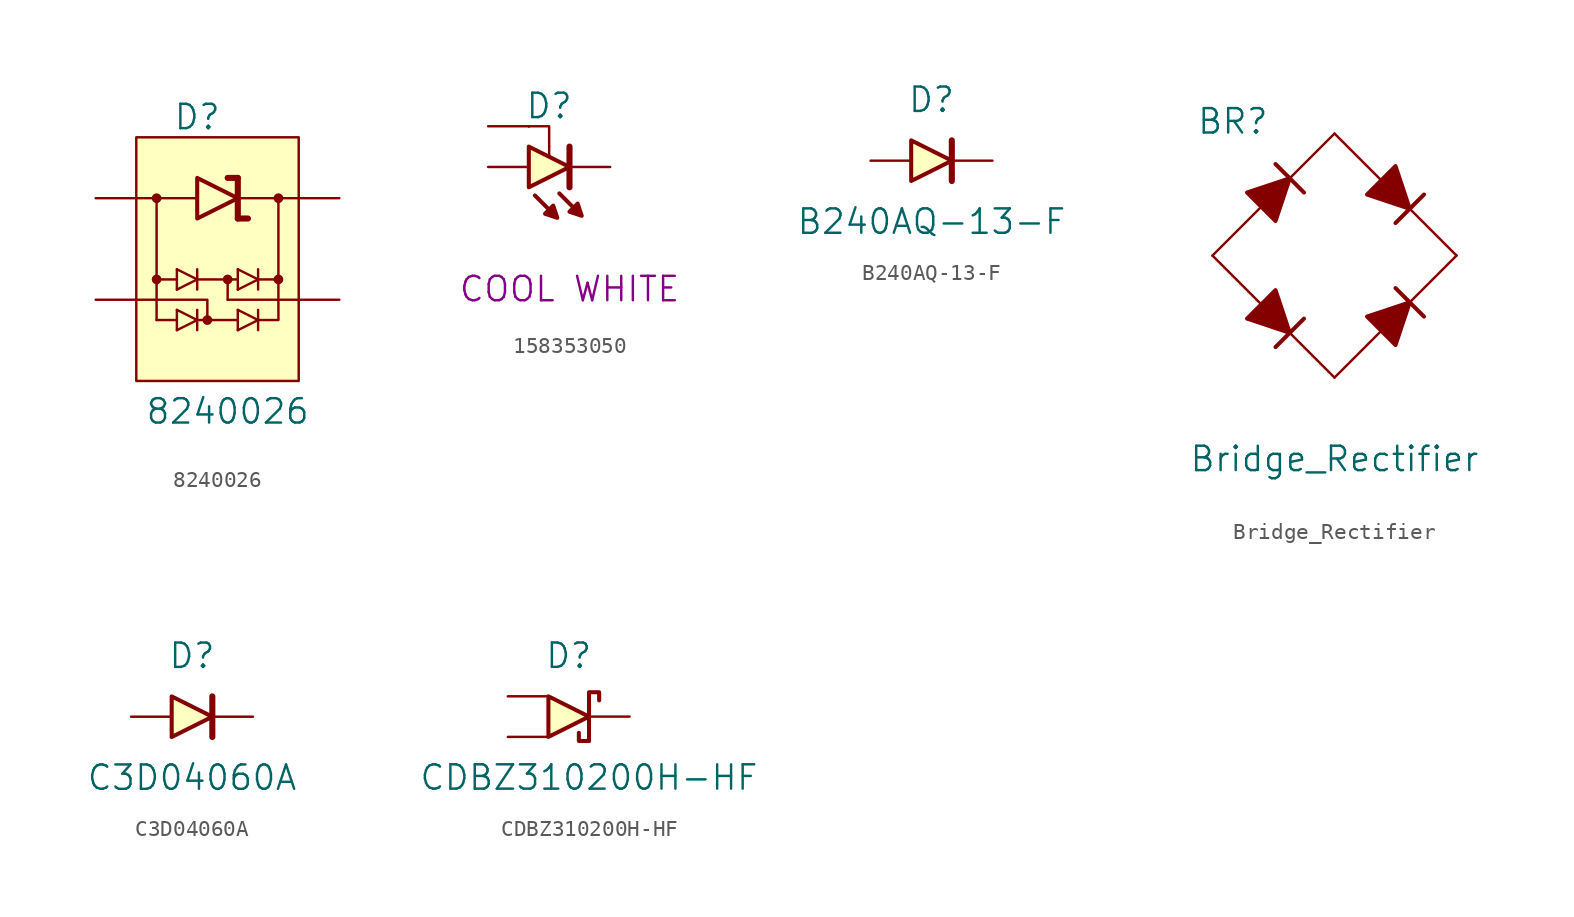
<source format=kicad_sym>
(kicad_symbol_lib
  (version 20241209)
  (generator "kicad_symbol_editor")
  (generator_version "9.0")
  (symbol "8240026"
    (pin_numbers
      (hide yes))
    (pin_names
      (offset 0)
      (hide yes))
    (property "Reference" "D"
      (at -1.27 6.35 0)
      (effects (font (size 1.524 1.524))))
    (property "Value" "8240026"
      (at 0.635 -12.065 0)
      (effects (font (size 1.524 1.524))))
    (symbol "8240026_0_1"
      (rectangle (start -5.08 5.08) (end 5.08 -10.16) (stroke (width 0) (type default)) (fill (type background)))
      (polyline (pts (xy -3.81 -6.35) (xy -3.81 1.27)) (stroke (width 0) (type default)) (fill (type none)))
      (polyline (pts (xy -2.54 -3.175) (xy -1.27 -3.81)) (stroke (width 0) (type default)) (fill (type none)))
      (polyline (pts (xy -2.54 -3.81) (xy -3.81 -3.81)) (stroke (width 0) (type default)) (fill (type none)))
      (polyline (pts (xy -2.54 -4.445) (xy -2.54 -3.175)) (stroke (width 0) (type default)) (fill (type none)))
      (polyline (pts (xy -2.54 -6.35) (xy -3.81 -6.35)) (stroke (width 0) (type default)) (fill (type none)))
      (polyline (pts (xy -1.27 2.54) (xy -1.27 0) (xy 1.27 1.27) (xy -1.27 2.54)) (stroke (width 0.254) (type default)) (fill (type background)))
      (polyline (pts (xy -1.27 1.27) (xy -5.08 1.27)) (stroke (width 0) (type default)) (fill (type none)))
      (polyline (pts (xy -1.27 -3.81) (xy -2.54 -4.445)) (stroke (width 0) (type default)) (fill (type none)))
      (polyline (pts (xy -1.27 -4.445) (xy -1.27 -3.175)) (stroke (width 0) (type default)) (fill (type none)))
      (polyline (pts (xy -1.27 -6.35) (xy -0.635 -6.35)) (stroke (width 0) (type default)) (fill (type none)))
      (polyline (pts (xy -0.635 -6.35) (xy 1.27 -6.35)) (stroke (width 0) (type default)) (fill (type none)))
      (polyline (pts (xy -0.635 -6.35) (xy -0.635 -5.08) (xy -5.08 -5.08)) (stroke (width 0) (type default)) (fill (type none)))
      (polyline (pts (xy 0.635 -3.81) (xy 0.635 -5.08)) (stroke (width 0) (type default)) (fill (type none)))
      (polyline (pts (xy 0.635 -5.08) (xy 5.08 -5.08)) (stroke (width 0) (type default)) (fill (type none)))
      (polyline (pts (xy 1.27 2.54) (xy 0.635 2.54)) (stroke (width 0.381) (type default)) (fill (type none)))
      (polyline (pts (xy 1.27 1.27) (xy 5.08 1.27)) (stroke (width 0) (type default)) (fill (type none)))
      (polyline (pts (xy 1.27 0) (xy 1.27 2.54)) (stroke (width 0.381) (type default)) (fill (type none)))
      (polyline (pts (xy 1.27 0) (xy 1.905 0)) (stroke (width 0.381) (type default)) (fill (type none)))
      (polyline (pts (xy 1.27 -3.81) (xy -1.27 -3.81)) (stroke (width 0) (type default)) (fill (type none)))
      (polyline (pts (xy 2.54 -3.81) (xy 3.81 -3.81)) (stroke (width 0) (type default)) (fill (type none)))
      (polyline (pts (xy 2.54 -6.35) (xy 3.81 -6.35) (xy 3.81 1.27)) (stroke (width 0) (type default)) (fill (type none))))
    (symbol "8240026_1_1"
      (circle (center -3.81 1.27) (radius 0.229) (stroke (width 0) (type default)) (fill (type outline)))
      (circle (center -3.81 -3.81) (radius 0.229) (stroke (width 0) (type default)) (fill (type outline)))
      (polyline (pts (xy -2.54 -5.715) (xy -1.27 -6.35)) (stroke (width 0) (type default)) (fill (type none)))
      (polyline (pts (xy -2.54 -6.985) (xy -2.54 -5.715)) (stroke (width 0) (type default)) (fill (type none)))
      (polyline (pts (xy -1.27 -6.35) (xy -2.54 -6.985)) (stroke (width 0) (type default)) (fill (type none)))
      (polyline (pts (xy -1.27 -6.985) (xy -1.27 -5.715)) (stroke (width 0) (type default)) (fill (type none)))
      (circle (center -0.635 -6.35) (radius 0.229) (stroke (width 0) (type default)) (fill (type outline)))
      (circle (center 0.635 -3.81) (radius 0.229) (stroke (width 0) (type default)) (fill (type outline)))
      (polyline (pts (xy 1.27 -3.175) (xy 2.54 -3.81)) (stroke (width 0) (type default)) (fill (type none)))
      (polyline (pts (xy 1.27 -4.445) (xy 1.27 -3.175)) (stroke (width 0) (type default)) (fill (type none)))
      (polyline (pts (xy 1.27 -5.715) (xy 2.54 -6.35)) (stroke (width 0) (type default)) (fill (type none)))
      (polyline (pts (xy 1.27 -6.985) (xy 1.27 -5.715)) (stroke (width 0) (type default)) (fill (type none)))
      (polyline (pts (xy 2.54 -3.81) (xy 1.27 -4.445)) (stroke (width 0) (type default)) (fill (type none)))
      (polyline (pts (xy 2.54 -4.445) (xy 2.54 -3.175)) (stroke (width 0) (type default)) (fill (type none)))
      (polyline (pts (xy 2.54 -6.35) (xy 1.27 -6.985)) (stroke (width 0) (type default)) (fill (type none)))
      (polyline (pts (xy 2.54 -6.985) (xy 2.54 -5.715)) (stroke (width 0) (type default)) (fill (type none)))
      (circle (center 3.81 1.27) (radius 0.229) (stroke (width 0) (type default)) (fill (type outline)))
      (circle (center 3.81 -3.81) (radius 0.229) (stroke (width 0) (type default)) (fill (type outline)))
      (pin input line (at -7.62 1.27 0) (length 2.54) (name "GND" (effects (font (size 1.27 1.27)))) (number "1" (effects (font (size 1.27 1.27)))))
      (pin input line (at -7.62 -5.08 0) (length 2.54) (name "I/O_1" (effects (font (size 1.27 1.27)))) (number "2" (effects (font (size 1.27 1.27)))))
      (pin input line (at 7.62 1.27 180) (length 2.54) (name "VDD" (effects (font (size 1.27 1.27)))) (number "4" (effects (font (size 1.27 1.27)))))
      (pin input line (at 7.62 -5.08 180) (length 2.54) (name "I/O_2" (effects (font (size 1.27 1.27)))) (number "3" (effects (font (size 1.27 1.27)))))))
  (symbol "158353050"
    (pin_numbers
      (hide yes))
    (pin_names
      (offset 0)
      (hide yes))
    (property "Reference" "D"
      (at -1.27 3.81 0)
      (effects (font (size 1.524 1.524))))
    (property "Color" "COOL WHITE"
      (at 0 -7.62 0)
      (effects (font (size 1.524 1.524))))
    (symbol "158353050_0_1"
      (polyline (pts (xy -2.54 2.54) (xy -2.54 2.54)) (stroke (width 0) (type default)) (fill (type none)))
      (polyline (pts (xy -2.54 2.54) (xy -2.54 2.54)) (stroke (width 0) (type default)) (fill (type none)))
      (polyline (pts (xy -2.54 2.54) (xy -1.27 2.54) (xy -1.27 1.27)) (stroke (width 0) (type default)) (fill (type none)))
      (polyline (pts (xy -2.54 1.27) (xy -2.54 -1.27) (xy 0 0) (xy -2.54 1.27)) (stroke (width 0.254) (type default)) (fill (type background)))
      (polyline (pts (xy -2.159 -1.778) (xy -0.762 -3.175) (xy -1.016 -2.413) (xy -1.524 -2.921) (xy -0.762 -3.175)) (stroke (width 0.254) (type default)) (fill (type outline)))
      (polyline (pts (xy -1.27 1.27) (xy -1.27 0.635)) (stroke (width 0) (type default)) (fill (type none)))
      (polyline (pts (xy -0.635 -1.651) (xy 0.762 -3.048) (xy 0 -2.794) (xy 0.508 -2.286) (xy 0.762 -3.048)) (stroke (width 0.254) (type default)) (fill (type outline)))
      (polyline (pts (xy 0 -1.27) (xy 0 1.27)) (stroke (width 0.381) (type default)) (fill (type none))))
    (symbol "158353050_1_1"
      (pin passive line (at -5.08 2.54 0) (length 2.54) (name "pad" (effects (font (size 1.27 1.27)))) (number "3" (effects (font (size 1.27 1.27)))))
      (pin passive line (at -5.08 0 0) (length 2.54) (name "Anode" (effects (font (size 1.27 1.27)))) (number "2" (effects (font (size 1.27 1.27)))))
      (pin passive line (at 2.54 0 180) (length 2.54) (name "Cathode" (effects (font (size 1.27 1.27)))) (number "1" (effects (font (size 1.27 1.27)))))))
  (symbol "B240AQ-13-F"
    (pin_numbers
      (hide yes))
    (pin_names
      (offset 0)
      (hide yes))
    (property "Reference" "D"
      (at -1.27 3.81 0)
      (effects (font (size 1.524 1.524))))
    (property "Value" "B240AQ-13-F"
      (at -1.27 -3.81 0)
      (effects (font (size 1.524 1.524))))
    (symbol "B240AQ-13-F_0_1"
      (polyline (pts (xy -2.54 1.27) (xy -2.54 -1.27) (xy 0 0) (xy -2.54 1.27)) (stroke (width 0.254) (type default)) (fill (type background)))
      (polyline (pts (xy 0 -1.27) (xy 0 1.27)) (stroke (width 0.381) (type default)) (fill (type none))))
    (symbol "B240AQ-13-F_1_1"
      (pin input line (at -5.08 0 0) (length 2.54) (name "Anode" (effects (font (size 1.27 1.27)))) (number "2" (effects (font (size 1.27 1.27)))))
      (pin input line (at 2.54 0 180) (length 2.54) (name "Cathode" (effects (font (size 1.27 1.27)))) (number "1" (effects (font (size 1.27 1.27)))))))
  (symbol "Bridge_Rectifier"
    (pin_numbers
      (hide yes))
    (pin_names
      (offset 0)
      (hide yes))
    (property "Reference" "BR"
      (at -6.35 8.382 0)
      (effects (font (size 1.524 1.524))))
    (property "Value" "Bridge_Rectifier"
      (at 0 -12.7 0)
      (effects (font (size 1.524 1.524))))
    (symbol "Bridge_Rectifier_0_1"
      (polyline (pts (xy -3.683 2.159) (xy -5.461 3.937) (xy -2.794 4.826) (xy -3.683 2.159)) (stroke (width 0.254) (type default)) (fill (type outline)))
      (polyline (pts (xy -3.683 -5.715) (xy -1.905 -3.937)) (stroke (width 0.254) (type default)) (fill (type none)))
      (polyline (pts (xy -2.794 -4.826) (xy -5.461 -3.937) (xy -3.683 -2.159) (xy -2.794 -4.826)) (stroke (width 0.254) (type default)) (fill (type outline)))
      (polyline (pts (xy -1.905 3.937) (xy -3.683 5.715)) (stroke (width 0.254) (type default)) (fill (type none)))
      (polyline (pts (xy 0 -7.62) (xy 7.62 0) (xy 0 7.62) (xy -7.62 0) (xy 0 -7.62)) (stroke (width 0) (type default)) (fill (type none)))
      (polyline (pts (xy 3.81 2.032) (xy 5.588 3.81)) (stroke (width 0.254) (type default)) (fill (type none)))
      (polyline (pts (xy 3.81 -5.588) (xy 2.032 -3.81) (xy 4.699 -2.921) (xy 3.81 -5.588)) (stroke (width 0.254) (type default)) (fill (type outline)))
      (polyline (pts (xy 4.699 2.921) (xy 2.032 3.81) (xy 3.81 5.588) (xy 4.699 2.921)) (stroke (width 0.254) (type default)) (fill (type outline)))
      (polyline (pts (xy 5.588 -3.81) (xy 3.81 -2.032)) (stroke (width 0.254) (type default)) (fill (type none))))
    (symbol "Bridge_Rectifier_1_1"
      (pin input line (at -7.62 0 270) (length 0) (name "-" (effects (font (size 1.27 1.27)))) (number "~" (effects (font (size 1.27 1.27)))))
      (pin input line (at 0 7.62 270) (length 0) (name "AC" (effects (font (size 1.27 1.27)))) (number "~" (effects (font (size 1.27 1.27)))))
      (pin input line (at 0 -7.62 90) (length 0) (name "AC" (effects (font (size 1.27 1.27)))) (number "~" (effects (font (size 1.27 1.27)))))
      (pin input line (at 7.62 0 270) (length 0) (name "+" (effects (font (size 1.27 1.27)))) (number "~" (effects (font (size 1.27 1.27)))))))
  (symbol "C3D04060A"
    (pin_numbers
      (hide yes))
    (pin_names
      (offset 0)
      (hide yes))
    (property "Reference" "D"
      (at -1.27 3.81 0)
      (effects (font (size 1.524 1.524))))
    (property "Value" "C3D04060A"
      (at -1.27 -3.81 0)
      (effects (font (size 1.524 1.524))))
    (symbol "C3D04060A_0_1"
      (polyline (pts (xy -2.54 1.27) (xy -2.54 -1.27) (xy 0 0) (xy -2.54 1.27)) (stroke (width 0.254) (type default)) (fill (type background)))
      (polyline (pts (xy 0 -1.27) (xy 0 1.27)) (stroke (width 0.381) (type default)) (fill (type none))))
    (symbol "C3D04060A_1_1"
      (pin passive line (at -5.08 0 0) (length 2.54) (name "Anode" (effects (font (size 1.27 1.27)))) (number "2" (effects (font (size 1.27 1.27)))))
      (pin passive line (at 2.54 0 180) (length 2.54) (name "Cathode" (effects (font (size 1.27 1.27)))) (number "1" (effects (font (size 1.27 1.27)))))))
  (symbol "CDBZ310200H-HF"
    (pin_numbers
      (hide yes))
    (pin_names
      (offset 0)
      (hide yes))
    (property "Reference" "D"
      (at -1.27 3.81 0)
      (effects (font (size 1.524 1.524))))
    (property "Value" "CDBZ310200H-HF"
      (at 0 -3.81 0)
      (effects (font (size 1.524 1.524))))
    (symbol "CDBZ310200H-HF_0_1"
      (polyline (pts (xy -2.54 1.27) (xy -2.54 -1.27) (xy 0 0) (xy -2.54 1.27)) (stroke (width 0.254) (type default)) (fill (type background)))
      (polyline (pts (xy 0 -1.524) (xy -0.635 -1.524) (xy -0.635 -1.016)) (stroke (width 0.254) (type default)) (fill (type none)))
      (polyline (pts (xy 0 -1.524) (xy 0 1.524) (xy 0.635 1.524) (xy 0.635 1.016)) (stroke (width 0.254) (type default)) (fill (type none))))
    (symbol "CDBZ310200H-HF_1_1"
      (pin passive line (at -5.08 1.27 0) (length 2.54) (name "Anode" (effects (font (size 1.27 1.27)))) (number "2" (effects (font (size 1.27 1.27)))))
      (pin passive line (at -5.08 -1.27 0) (length 2.54) (name "Anode2" (effects (font (size 1.27 1.27)))) (number "3" (effects (font (size 1.27 1.27)))))
      (pin passive line (at 2.54 0 180) (length 2.54) (name "Cathode" (effects (font (size 1.27 1.27)))) (number "1" (effects (font (size 1.27 1.27))))))))
</source>
